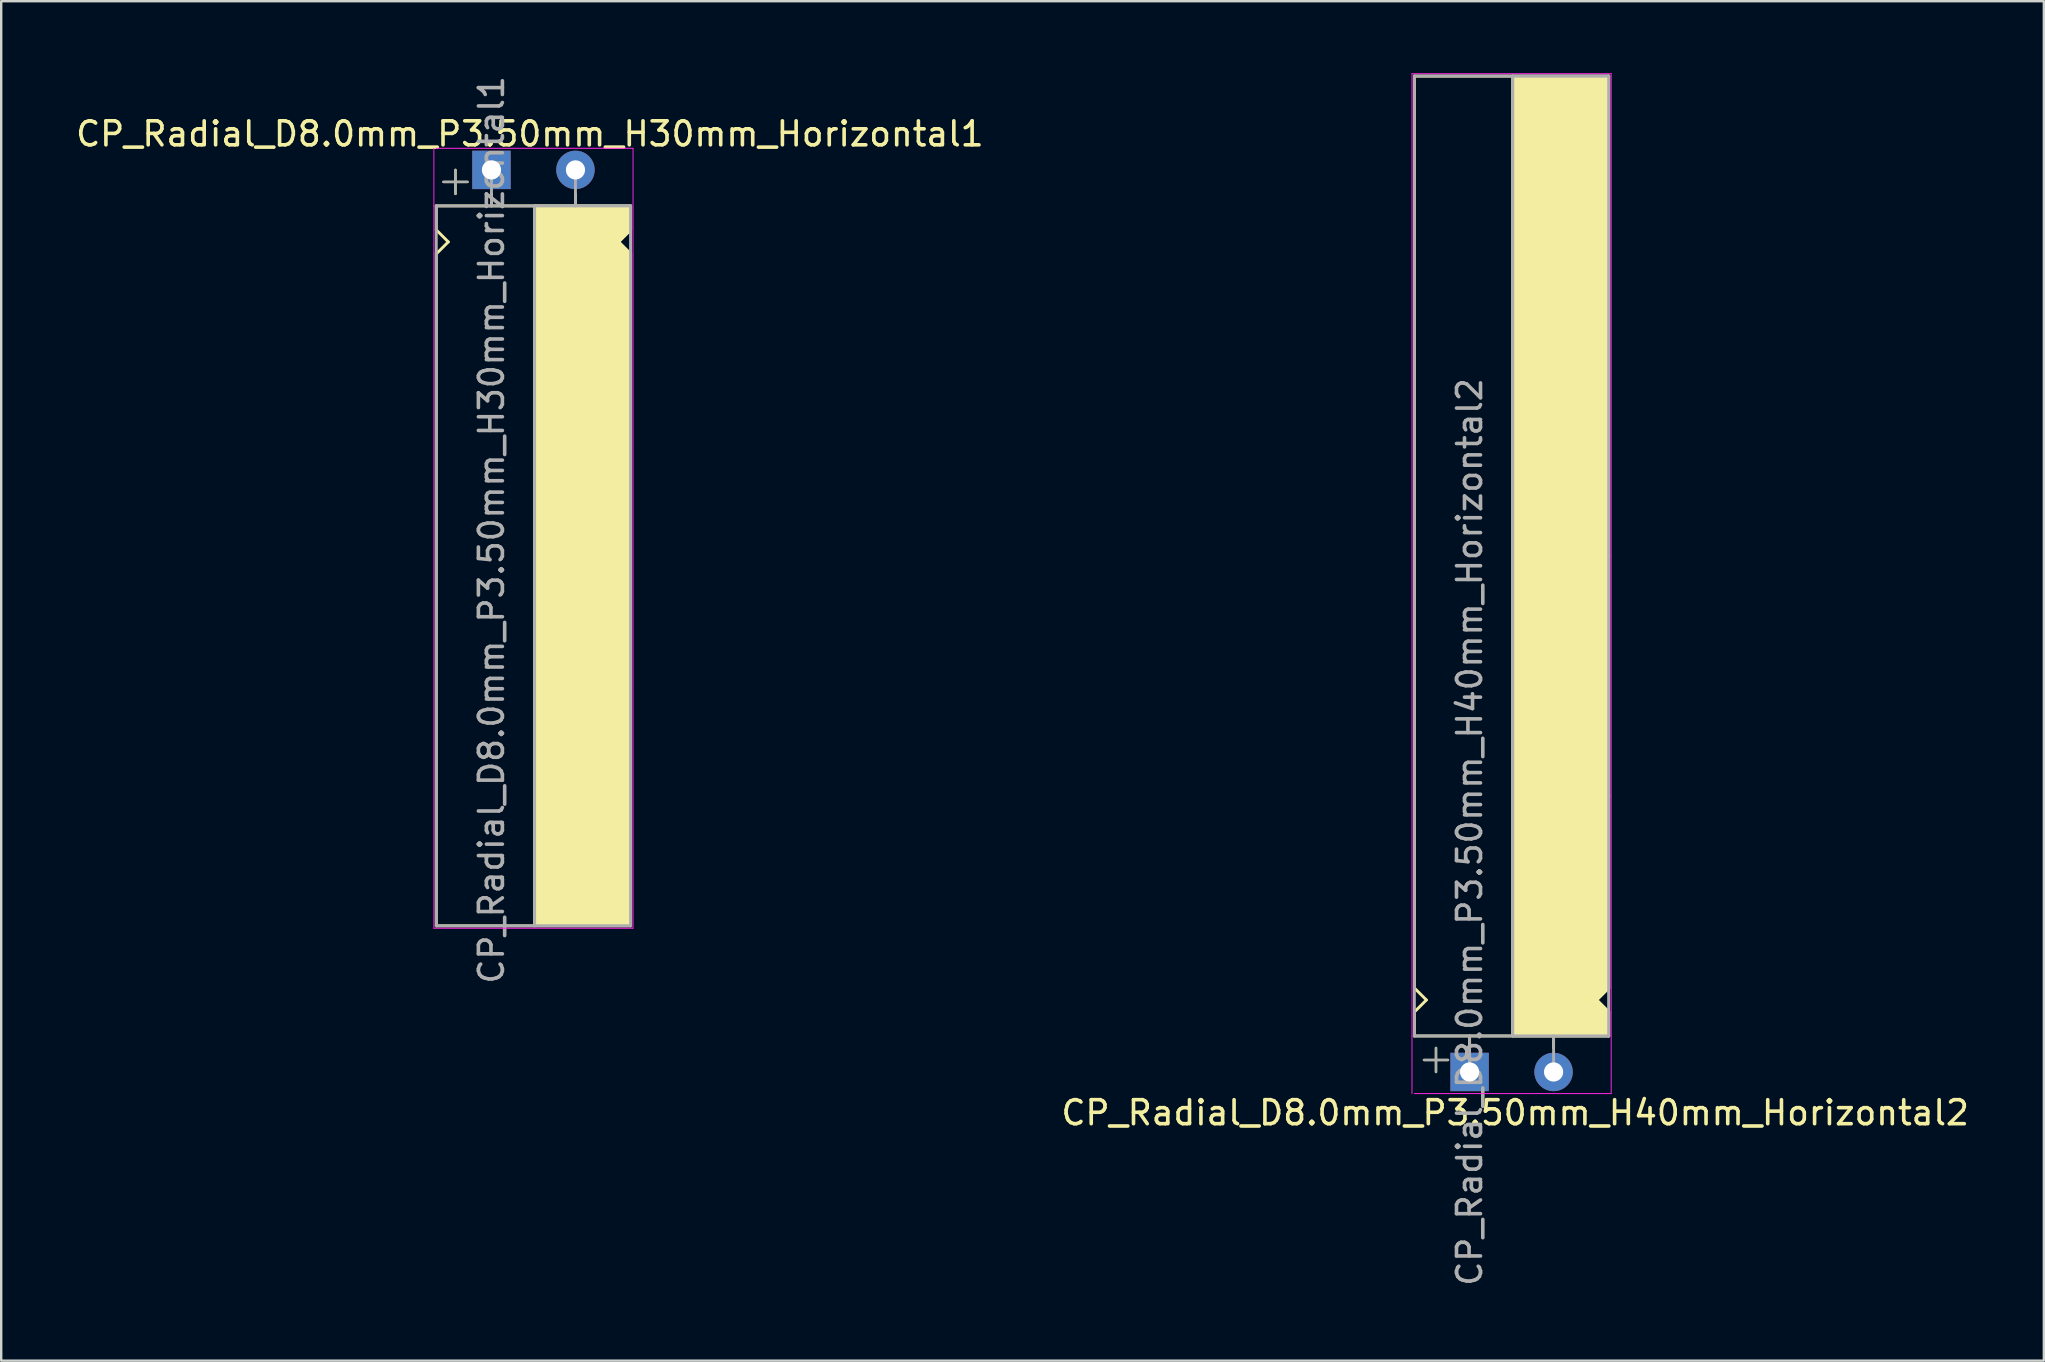
<source format=kicad_pcb>
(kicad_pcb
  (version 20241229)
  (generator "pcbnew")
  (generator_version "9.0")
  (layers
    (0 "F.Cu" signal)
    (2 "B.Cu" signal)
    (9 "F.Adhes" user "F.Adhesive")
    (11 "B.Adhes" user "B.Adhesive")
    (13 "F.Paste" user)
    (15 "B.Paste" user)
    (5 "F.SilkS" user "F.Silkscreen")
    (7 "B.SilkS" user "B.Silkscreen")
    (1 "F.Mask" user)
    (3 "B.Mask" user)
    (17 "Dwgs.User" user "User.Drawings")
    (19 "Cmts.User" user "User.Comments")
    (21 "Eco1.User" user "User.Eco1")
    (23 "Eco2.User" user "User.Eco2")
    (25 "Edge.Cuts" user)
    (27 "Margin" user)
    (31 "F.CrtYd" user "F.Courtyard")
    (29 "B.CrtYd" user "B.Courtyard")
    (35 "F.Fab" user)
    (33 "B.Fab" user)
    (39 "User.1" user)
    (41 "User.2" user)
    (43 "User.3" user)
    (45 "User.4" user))
  (footprint "CP_Radial_D8.0mm_P3.50mm_H40mm_Horizontal2"
    (layer "F.Cu")
    (at 58.189 41.62)
    (property "Reference" "CP_Radial_D8.0mm_P3.50mm_H40mm_Horizontal2" (at 1.9 1.7 0) (layer "F.SilkS") (effects (font (size 1 1) (thickness 0.15))))
    (attr through_hole)
    (fp_line (start -2.3 -41.5) (end 5.8 -41.5) (stroke (width 0.12) (type solid)) (layer "F.SilkS"))
    (fp_line (start -2.3 -3.5) (end -2.3 -41.5) (stroke (width 0.12) (type solid)) (layer "F.SilkS"))
    (fp_line (start -2.3 -3.5) (end -1.8 -3) (stroke (width 0.12) (type solid)) (layer "F.SilkS"))
    (fp_line (start -2.3 -2.5) (end -2.3 -1.5) (stroke (width 0.12) (type solid)) (layer "F.SilkS"))
    (fp_line (start -2.3 -1.5) (end 5.8 -1.5) (stroke (width 0.12) (type solid)) (layer "F.SilkS"))
    (fp_line (start -1.9 -0.5) (end -0.9 -0.5) (stroke (width 0.1) (type solid)) (layer "F.SilkS"))
    (fp_line (start -1.8 -3) (end -2.3 -2.5) (stroke (width 0.12) (type solid)) (layer "F.SilkS"))
    (fp_line (start -1.4 0) (end -1.4 -1) (stroke (width 0.1) (type solid)) (layer "F.SilkS"))
    (fp_line (start 0 -1) (end 0 -1.5) (stroke (width 0.12) (type solid)) (layer "F.SilkS"))
    (fp_line (start 1.8 -41.5) (end 1.8 -1.5) (stroke (width 0.12) (type solid)) (layer "F.SilkS"))
    (fp_line (start 3.5 -1) (end 3.5 -1.5) (stroke (width 0.12) (type solid)) (layer "F.SilkS"))
    (fp_line (start 5.3 -3) (end 5.8 -2.5) (stroke (width 0.12) (type solid)) (layer "F.SilkS"))
    (fp_line (start 5.8 -21.5) (end 5.7 -21.5) (stroke (width 0.12) (type solid)) (layer "F.SilkS"))
    (fp_line (start 5.8 -11.5) (end 5.8 -41.5) (stroke (width 0.12) (type solid)) (layer "F.SilkS"))
    (fp_line (start 5.8 -11.5) (end 5.8 -3.5) (stroke (width 0.12) (type solid)) (layer "F.SilkS"))
    (fp_line (start 5.8 -3.5) (end 5.3 -3) (stroke (width 0.12) (type solid)) (layer "F.SilkS"))
    (fp_line (start 5.8 -2.5) (end 5.8 -1.5) (stroke (width 0.12) (type solid)) (layer "F.SilkS"))
    (fp_poly (pts (xy 5.8 -2.5) (xy 5.3 -3) (xy 5.8 -3.5) (xy 5.8 -41.5) (xy 1.8 -41.5) (xy 1.8 -1.5) (xy 5.8 -1.5)) (stroke (width 0.1) (type solid)) (fill yes) (layer "F.SilkS"))
    (fp_line (start -2.4 -41.6) (end -2.4 -1.5) (stroke (width 0.04) (type solid)) (layer "F.CrtYd"))
    (fp_line (start -2.4 -1.5) (end -2.4 0.9) (stroke (width 0.04) (type solid)) (layer "F.CrtYd"))
    (fp_line (start -2.3 0.9) (end 5.9 0.9) (stroke (width 0.04) (type solid)) (layer "F.CrtYd"))
    (fp_line (start 5.9 -41.6) (end -2.4 -41.6) (stroke (width 0.04) (type solid)) (layer "F.CrtYd"))
    (fp_line (start 5.9 0.9) (end 5.9 -41.6) (stroke (width 0.04) (type solid)) (layer "F.CrtYd"))
    (fp_line (start -2.3 -41.5) (end -2.3 -1.5) (stroke (width 0.12) (type solid)) (layer "F.Fab"))
    (fp_line (start -2.3 -1.5) (end 5.8 -1.5) (stroke (width 0.12) (type solid)) (layer "F.Fab"))
    (fp_line (start -1.9 -0.5) (end -0.9 -0.5) (stroke (width 0.1) (type solid)) (layer "F.Fab"))
    (fp_line (start -1.4 0) (end -1.4 -1) (stroke (width 0.1) (type solid)) (layer "F.Fab"))
    (fp_line (start 0 -1.5) (end 0 0) (stroke (width 0.12) (type solid)) (layer "F.Fab"))
    (fp_line (start 1.8 -1.5) (end 1.8 -41.5) (stroke (width 0.12) (type solid)) (layer "F.Fab"))
    (fp_line (start 3.5 -1.5) (end 3.5 0) (stroke (width 0.12) (type solid)) (layer "F.Fab"))
    (fp_line (start 5.8 -41.5) (end -2.3 -41.5) (stroke (width 0.12) (type solid)) (layer "F.Fab"))
    (fp_line (start 5.8 -1.5) (end 5.8 -41.5) (stroke (width 0.12) (type solid)) (layer "F.Fab"))
    (fp_poly (pts (xy 5.8 -41.5) (xy 1.8 -41.5) (xy 1.8 -1.5) (xy 5.8 -1.5)) (stroke (width 0.1) (type solid)) (fill no) (layer "F.Fab"))
    (fp_text user "${REFERENCE}" (at 0 -10 90) (layer "F.Fab") (effects (font (size 1 1) (thickness 0.15))))
    (pad "1" thru_hole rect (at 0 0) (size 1.6 1.6) (drill 0.8) (layers "*.Cu" "*.Mask"))
    (pad "2" thru_hole circle (at 3.5 0) (size 1.6 1.6) (drill 0.8) (layers "*.Cu" "*.Mask")))
  (footprint "CP_Radial_D8.0mm_P3.50mm_H30mm_Horizontal1"
    (layer "F.Cu")
    (at 17.43 4.03)
    (property "Reference" "CP_Radial_D8.0mm_P3.50mm_H30mm_Horizontal1" (at 1.6 -1.5 0) (layer "F.SilkS") (effects (font (size 1 1) (thickness 0.15))))
    (attr through_hole)
    (fp_line (start -2.3 1.5) (end 5.8 1.5) (stroke (width 0.12) (type solid)) (layer "F.SilkS"))
    (fp_line (start -2.3 2.5) (end -2.3 1.5) (stroke (width 0.12) (type solid)) (layer "F.SilkS"))
    (fp_line (start -2.3 3.5) (end -2.3 31.5) (stroke (width 0.12) (type solid)) (layer "F.SilkS"))
    (fp_line (start -2.3 3.5) (end -1.8 3) (stroke (width 0.12) (type solid)) (layer "F.SilkS"))
    (fp_line (start -2.3 31.5) (end 5.8 31.5) (stroke (width 0.12) (type solid)) (layer "F.SilkS"))
    (fp_line (start -2 0.5) (end -1 0.5) (stroke (width 0.1) (type solid)) (layer "F.SilkS"))
    (fp_line (start -1.8 3) (end -2.3 2.5) (stroke (width 0.12) (type solid)) (layer "F.SilkS"))
    (fp_line (start -1.5 1) (end -1.5 0) (stroke (width 0.1) (type solid)) (layer "F.SilkS"))
    (fp_line (start 0 1) (end 0 1.5) (stroke (width 0.12) (type solid)) (layer "F.SilkS"))
    (fp_line (start 1.8 31.5) (end 1.8 1.5) (stroke (width 0.12) (type solid)) (layer "F.SilkS"))
    (fp_line (start 3.5 1) (end 3.5 1.5) (stroke (width 0.12) (type solid)) (layer "F.SilkS"))
    (fp_line (start 5.3 3) (end 5.8 2.5) (stroke (width 0.12) (type solid)) (layer "F.SilkS"))
    (fp_line (start 5.8 2.5) (end 5.8 1.5) (stroke (width 0.12) (type solid)) (layer "F.SilkS"))
    (fp_line (start 5.8 3.5) (end 5.3 3) (stroke (width 0.12) (type solid)) (layer "F.SilkS"))
    (fp_line (start 5.8 11.5) (end 5.8 3.5) (stroke (width 0.12) (type solid)) (layer "F.SilkS"))
    (fp_line (start 5.8 11.5) (end 5.8 31.5) (stroke (width 0.12) (type solid)) (layer "F.SilkS"))
    (fp_line (start 5.8 21.5) (end 5.7 21.5) (stroke (width 0.12) (type solid)) (layer "F.SilkS"))
    (fp_poly (pts (xy 5.8 2.5) (xy 5.3 3) (xy 5.8 3.5) (xy 5.8 31.5) (xy 1.8 31.5) (xy 1.8 1.5) (xy 5.8 1.5)) (stroke (width 0.1) (type solid)) (fill yes) (layer "F.SilkS"))
    (fp_line (start -2.4 1.5) (end -2.4 -0.9) (stroke (width 0.04) (type solid)) (layer "F.CrtYd"))
    (fp_line (start -2.4 31.6) (end -2.4 1.5) (stroke (width 0.04) (type solid)) (layer "F.CrtYd"))
    (fp_line (start -2.3 -0.9) (end 5.9 -0.9) (stroke (width 0.04) (type solid)) (layer "F.CrtYd"))
    (fp_line (start 5.9 -0.9) (end 5.9 31.6) (stroke (width 0.04) (type solid)) (layer "F.CrtYd"))
    (fp_line (start 5.9 31.6) (end -2.4 31.6) (stroke (width 0.04) (type solid)) (layer "F.CrtYd"))
    (fp_line (start -2.3 1.5) (end 5.8 1.5) (stroke (width 0.12) (type solid)) (layer "F.Fab"))
    (fp_line (start -2.3 31.5) (end -2.3 1.5) (stroke (width 0.12) (type solid)) (layer "F.Fab"))
    (fp_line (start -2 0.5) (end -1 0.5) (stroke (width 0.1) (type solid)) (layer "F.Fab"))
    (fp_line (start -1.5 1) (end -1.5 0) (stroke (width 0.1) (type solid)) (layer "F.Fab"))
    (fp_line (start 0 1.5) (end 0 0) (stroke (width 0.12) (type solid)) (layer "F.Fab"))
    (fp_line (start 1.8 1.5) (end 1.8 31.5) (stroke (width 0.12) (type solid)) (layer "F.Fab"))
    (fp_line (start 3.5 1.5) (end 3.5 0) (stroke (width 0.12) (type solid)) (layer "F.Fab"))
    (fp_line (start 5.8 1.5) (end 5.8 31.5) (stroke (width 0.12) (type solid)) (layer "F.Fab"))
    (fp_line (start 5.8 31.5) (end -2.3 31.5) (stroke (width 0.12) (type solid)) (layer "F.Fab"))
    (fp_poly (pts (xy 5.8 31.5) (xy 1.8 31.5) (xy 1.8 1.5) (xy 5.8 1.5)) (stroke (width 0.1) (type solid)) (fill no) (layer "F.Fab"))
    (fp_text user "${REFERENCE}" (at 0 15 90) (layer "F.Fab") (effects (font (size 1 1) (thickness 0.15))))
    (pad "1" thru_hole rect (at 0 0) (size 1.6 1.6) (drill 0.8) (layers "*.Cu" "*.Mask"))
    (pad "2" thru_hole circle (at 3.5 0) (size 1.6 1.6) (drill 0.8) (layers "*.Cu" "*.Mask")))
  (gr_rect
    (start -3 -3)
    (end 82.119 53.65)
    (stroke (width 0.1) (type default))
    (fill no)
    (layer "Edge.Cuts")))
</source>
